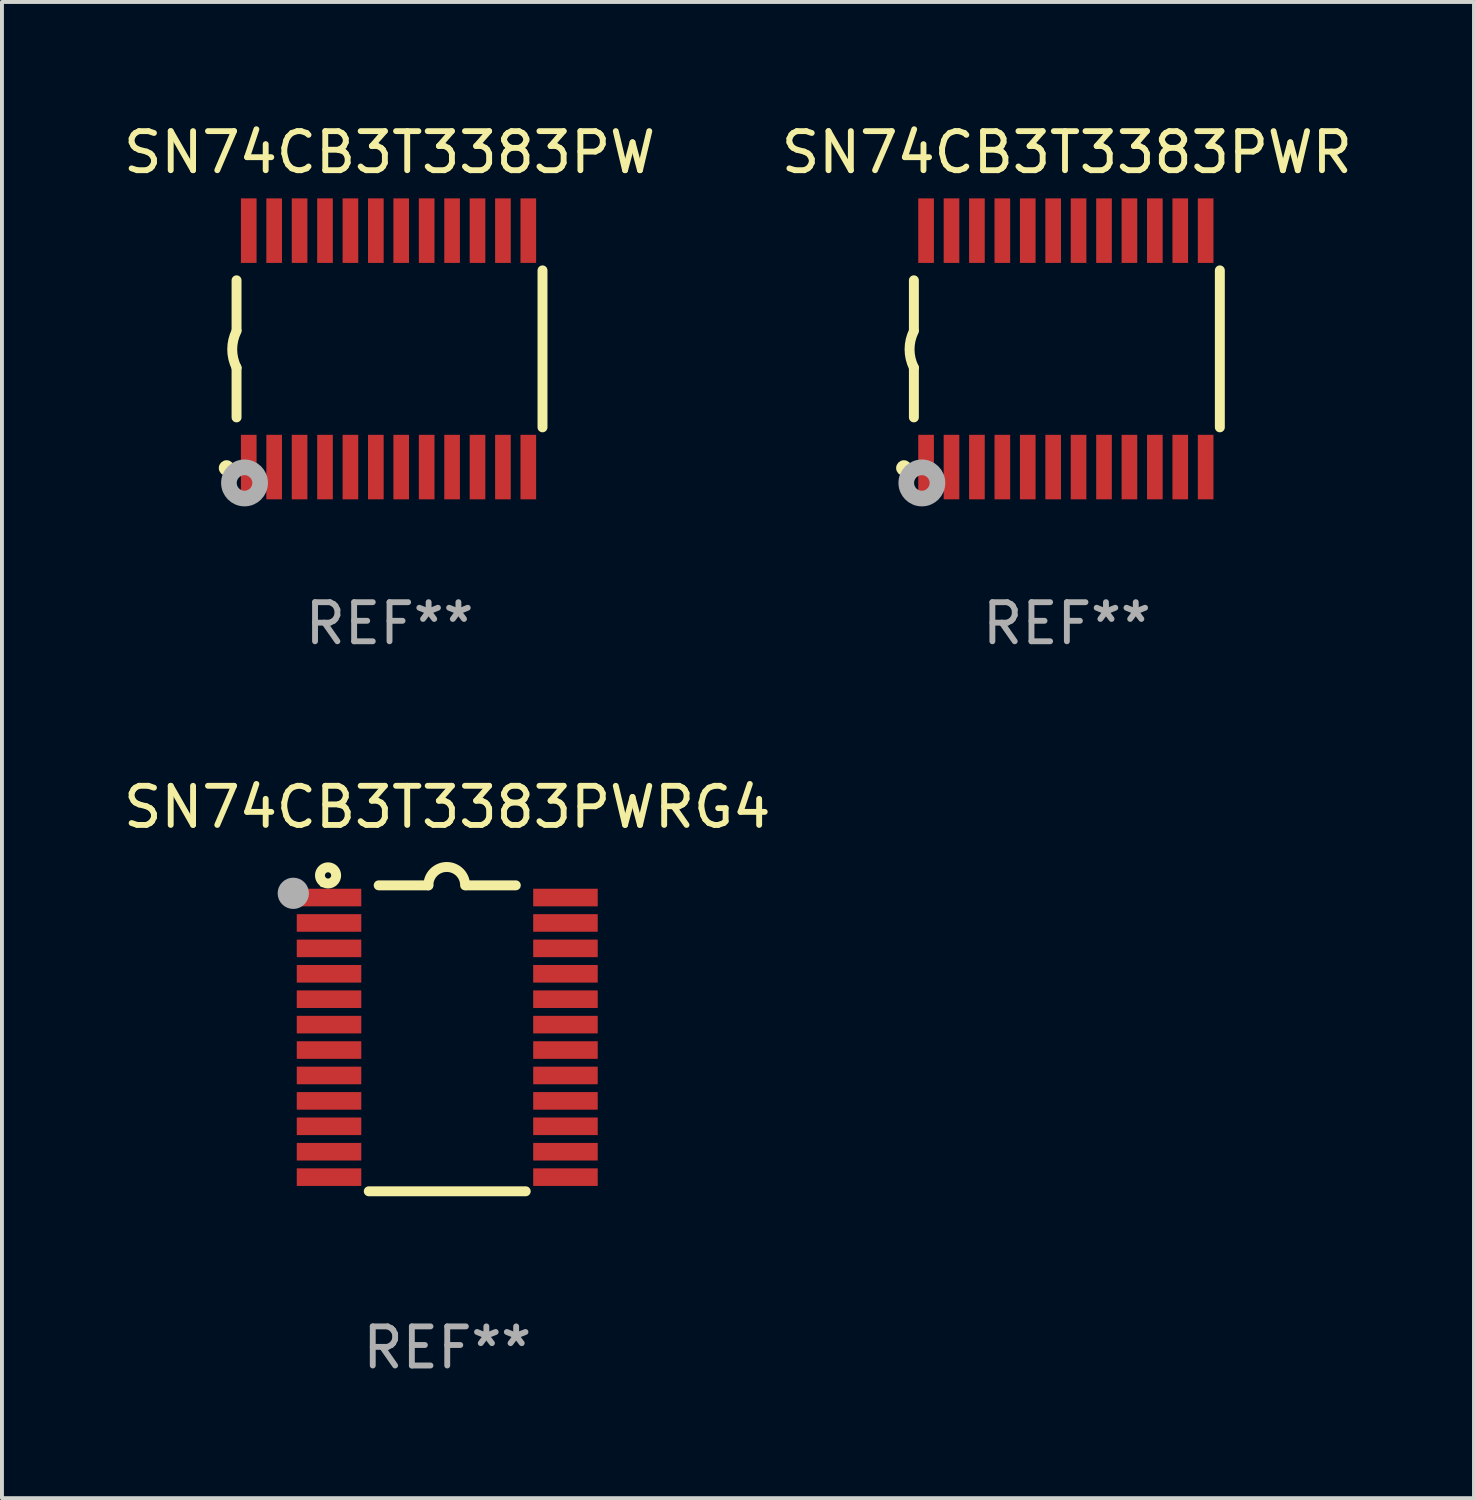
<source format=kicad_pcb>
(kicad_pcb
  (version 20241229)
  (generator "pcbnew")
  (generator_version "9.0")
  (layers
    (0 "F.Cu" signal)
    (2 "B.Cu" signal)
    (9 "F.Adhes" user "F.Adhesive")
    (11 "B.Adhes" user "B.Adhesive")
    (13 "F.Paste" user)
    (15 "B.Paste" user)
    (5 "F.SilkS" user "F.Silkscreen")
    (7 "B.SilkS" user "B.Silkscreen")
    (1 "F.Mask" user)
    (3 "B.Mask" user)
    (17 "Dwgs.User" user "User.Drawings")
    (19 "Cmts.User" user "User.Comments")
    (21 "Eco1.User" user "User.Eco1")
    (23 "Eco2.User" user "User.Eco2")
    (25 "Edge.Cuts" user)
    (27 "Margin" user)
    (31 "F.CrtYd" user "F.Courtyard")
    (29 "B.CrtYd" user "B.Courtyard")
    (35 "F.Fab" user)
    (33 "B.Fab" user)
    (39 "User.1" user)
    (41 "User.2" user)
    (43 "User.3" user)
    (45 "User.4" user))
  (footprint "SN74CB3T3383PWRG4"
    (layer "F.Cu")
    (at 8.387 23.502)
    (property "Reference" "SN74CB3T3383PWRG4" (at 0 -5.912 0) (layer "F.SilkS") (effects (font (size 1 1) (thickness 0.15))))
    (attr through_hole)
    (fp_line (start -1.753 -3.912) (end -0.483 -3.912) (stroke (width 0.254) (type solid)) (layer "F.SilkS"))
    (fp_line (start 0.483 -3.912) (end 1.753 -3.912) (stroke (width 0.254) (type solid)) (layer "F.SilkS"))
    (fp_line (start 2.007 3.912) (end -2.007 3.912) (stroke (width 0.254) (type solid)) (layer "F.SilkS"))
    (fp_arc (start -0.482626 -3.911608) (mid -0.012725 -4.381509) (end 0.457176 -3.911608) (stroke (width 0.254001) (type solid)) (layer "F.SilkS"))
    (fp_circle (center -3.2 -3.925) (end -3.17 -3.925) (stroke (width 0.06) (type solid)) (fill no) (layer "F.SilkS"))
    (fp_circle (center -3.048 -4.166) (end -2.968 -4.166) (stroke (width 0.254) (type solid)) (fill no) (layer "F.SilkS"))
    (fp_circle (center -3.937 -3.708) (end -3.737 -3.708) (stroke (width 0.4) (type solid)) (fill no) (layer "F.Fab"))
    (fp_text user "REF**" (at 0 7.912 0) (layer "F.Fab") (effects (font (size 1 1) (thickness 0.15))))
    (pad "1" smd rect (at -3.023 -3.6) (size 1.65 0.45) (layers "F.Cu" "F.Mask" "F.Paste"))
    (pad "2" smd rect (at -3.023 -2.95) (size 1.65 0.45) (layers "F.Cu" "F.Mask" "F.Paste"))
    (pad "3" smd rect (at -3.023 -2.3) (size 1.65 0.45) (layers "F.Cu" "F.Mask" "F.Paste"))
    (pad "4" smd rect (at -3.023 -1.65) (size 1.65 0.45) (layers "F.Cu" "F.Mask" "F.Paste"))
    (pad "5" smd rect (at -3.023 -1) (size 1.65 0.45) (layers "F.Cu" "F.Mask" "F.Paste"))
    (pad "6" smd rect (at -3.023 -0.35) (size 1.65 0.45) (layers "F.Cu" "F.Mask" "F.Paste"))
    (pad "7" smd rect (at -3.023 0.3) (size 1.65 0.45) (layers "F.Cu" "F.Mask" "F.Paste"))
    (pad "8" smd rect (at -3.023 0.95) (size 1.65 0.45) (layers "F.Cu" "F.Mask" "F.Paste"))
    (pad "9" smd rect (at -3.023 1.6) (size 1.65 0.45) (layers "F.Cu" "F.Mask" "F.Paste"))
    (pad "10" smd rect (at -3.023 2.25) (size 1.65 0.45) (layers "F.Cu" "F.Mask" "F.Paste"))
    (pad "11" smd rect (at -3.023 2.9) (size 1.65 0.45) (layers "F.Cu" "F.Mask" "F.Paste"))
    (pad "12" smd rect (at -3.023 3.55) (size 1.65 0.45) (layers "F.Cu" "F.Mask" "F.Paste"))
    (pad "13" smd rect (at 3.023 3.55) (size 1.65 0.45) (layers "F.Cu" "F.Mask" "F.Paste"))
    (pad "14" smd rect (at 3.023 2.9) (size 1.65 0.45) (layers "F.Cu" "F.Mask" "F.Paste"))
    (pad "15" smd rect (at 3.023 2.25) (size 1.65 0.45) (layers "F.Cu" "F.Mask" "F.Paste"))
    (pad "16" smd rect (at 3.023 1.6) (size 1.65 0.45) (layers "F.Cu" "F.Mask" "F.Paste"))
    (pad "17" smd rect (at 3.023 0.95) (size 1.65 0.45) (layers "F.Cu" "F.Mask" "F.Paste"))
    (pad "18" smd rect (at 3.023 0.3) (size 1.65 0.45) (layers "F.Cu" "F.Mask" "F.Paste"))
    (pad "19" smd rect (at 3.023 -0.35) (size 1.65 0.45) (layers "F.Cu" "F.Mask" "F.Paste"))
    (pad "20" smd rect (at 3.023 -1) (size 1.65 0.45) (layers "F.Cu" "F.Mask" "F.Paste"))
    (pad "21" smd rect (at 3.023 -1.65) (size 1.65 0.45) (layers "F.Cu" "F.Mask" "F.Paste"))
    (pad "22" smd rect (at 3.023 -2.3) (size 1.65 0.45) (layers "F.Cu" "F.Mask" "F.Paste"))
    (pad "23" smd rect (at 3.023 -2.95) (size 1.65 0.45) (layers "F.Cu" "F.Mask" "F.Paste"))
    (pad "24" smd rect (at 3.023 -3.6) (size 1.65 0.45) (layers "F.Cu" "F.Mask" "F.Paste")))
  (footprint "SN74CB3T3383PWR"
    (layer "F.Cu")
    (at 24.232 5.871)
    (property "Reference" "SN74CB3T3383PWR" (at 0 -5.023 0) (layer "F.SilkS") (effects (font (size 1 1) (thickness 0.15))))
    (attr through_hole)
    (fp_line (start -3.912 -0.483) (end -3.912 -1.753) (stroke (width 0.254) (type solid)) (layer "F.SilkS"))
    (fp_line (start -3.912 1.753) (end -3.912 0.483) (stroke (width 0.254) (type solid)) (layer "F.SilkS"))
    (fp_line (start 3.912 -2.007) (end 3.912 2.007) (stroke (width 0.254) (type solid)) (layer "F.SilkS"))
    (fp_arc (start -3.911608 0.482601) (mid -4.022537 0.0127) (end -3.911608 -0.457201) (stroke (width 0.254001) (type solid)) (layer "F.SilkS"))
    (fp_circle (center -4.166 3.048) (end -4.066 3.048) (stroke (width 0.2) (type solid)) (fill no) (layer "F.SilkS"))
    (fp_circle (center -3.925 3.186) (end -3.895 3.186) (stroke (width 0.06) (type solid)) (fill no) (layer "F.SilkS"))
    (fp_circle (center -3.708 3.429) (end -3.509 3.429) (stroke (width 0.4) (type solid)) (fill no) (layer "F.Fab"))
    (fp_text user "REF**" (at 0 7.023 0) (layer "F.Fab") (effects (font (size 1 1) (thickness 0.15))))
    (pad "1" smd rect (at -3.6 3.023) (size 0.4 1.65) (layers "F.Cu" "F.Mask" "F.Paste"))
    (pad "2" smd rect (at -2.95 3.023) (size 0.4 1.65) (layers "F.Cu" "F.Mask" "F.Paste"))
    (pad "3" smd rect (at -2.3 3.023) (size 0.4 1.65) (layers "F.Cu" "F.Mask" "F.Paste"))
    (pad "4" smd rect (at -1.65 3.023) (size 0.4 1.65) (layers "F.Cu" "F.Mask" "F.Paste"))
    (pad "5" smd rect (at -1 3.023) (size 0.4 1.65) (layers "F.Cu" "F.Mask" "F.Paste"))
    (pad "6" smd rect (at -0.35 3.023) (size 0.4 1.65) (layers "F.Cu" "F.Mask" "F.Paste"))
    (pad "7" smd rect (at 0.299 3.023) (size 0.4 1.65) (layers "F.Cu" "F.Mask" "F.Paste"))
    (pad "8" smd rect (at 0.95 3.023) (size 0.4 1.65) (layers "F.Cu" "F.Mask" "F.Paste"))
    (pad "9" smd rect (at 1.6 3.023) (size 0.4 1.65) (layers "F.Cu" "F.Mask" "F.Paste"))
    (pad "10" smd rect (at 2.25 3.023) (size 0.4 1.65) (layers "F.Cu" "F.Mask" "F.Paste"))
    (pad "11" smd rect (at 2.9 3.023) (size 0.4 1.65) (layers "F.Cu" "F.Mask" "F.Paste"))
    (pad "12" smd rect (at 3.549 3.023) (size 0.4 1.65) (layers "F.Cu" "F.Mask" "F.Paste"))
    (pad "13" smd rect (at 3.549 -3.023) (size 0.4 1.65) (layers "F.Cu" "F.Mask" "F.Paste"))
    (pad "14" smd rect (at 2.9 -3.023) (size 0.4 1.65) (layers "F.Cu" "F.Mask" "F.Paste"))
    (pad "15" smd rect (at 2.25 -3.023) (size 0.4 1.65) (layers "F.Cu" "F.Mask" "F.Paste"))
    (pad "16" smd rect (at 1.6 -3.023) (size 0.4 1.65) (layers "F.Cu" "F.Mask" "F.Paste"))
    (pad "17" smd rect (at 0.95 -3.023) (size 0.4 1.65) (layers "F.Cu" "F.Mask" "F.Paste"))
    (pad "18" smd rect (at 0.299 -3.023) (size 0.4 1.65) (layers "F.Cu" "F.Mask" "F.Paste"))
    (pad "19" smd rect (at -0.35 -3.023) (size 0.4 1.65) (layers "F.Cu" "F.Mask" "F.Paste"))
    (pad "20" smd rect (at -1 -3.023) (size 0.4 1.65) (layers "F.Cu" "F.Mask" "F.Paste"))
    (pad "21" smd rect (at -1.65 -3.023) (size 0.4 1.65) (layers "F.Cu" "F.Mask" "F.Paste"))
    (pad "22" smd rect (at -2.3 -3.023) (size 0.4 1.65) (layers "F.Cu" "F.Mask" "F.Paste"))
    (pad "23" smd rect (at -2.95 -3.023) (size 0.4 1.65) (layers "F.Cu" "F.Mask" "F.Paste"))
    (pad "24" smd rect (at -3.6 -3.023) (size 0.4 1.65) (layers "F.Cu" "F.Mask" "F.Paste")))
  (footprint "SN74CB3T3383PW"
    (layer "F.Cu")
    (at 6.911 5.871)
    (property "Reference" "SN74CB3T3383PW" (at 0 -5.023 0) (layer "F.SilkS") (effects (font (size 1 1) (thickness 0.15))))
    (attr through_hole)
    (fp_line (start -3.912 -0.483) (end -3.912 -1.753) (stroke (width 0.254) (type solid)) (layer "F.SilkS"))
    (fp_line (start -3.912 1.753) (end -3.912 0.483) (stroke (width 0.254) (type solid)) (layer "F.SilkS"))
    (fp_line (start 3.912 -2.007) (end 3.912 2.007) (stroke (width 0.254) (type solid)) (layer "F.SilkS"))
    (fp_arc (start -3.911608 0.482601) (mid -4.022537 0.0127) (end -3.911608 -0.457201) (stroke (width 0.254001) (type solid)) (layer "F.SilkS"))
    (fp_circle (center -4.166 3.048) (end -4.066 3.048) (stroke (width 0.2) (type solid)) (fill no) (layer "F.SilkS"))
    (fp_circle (center -3.925 3.186) (end -3.895 3.186) (stroke (width 0.06) (type solid)) (fill no) (layer "F.SilkS"))
    (fp_circle (center -3.708 3.429) (end -3.509 3.429) (stroke (width 0.4) (type solid)) (fill no) (layer "F.Fab"))
    (fp_text user "REF**" (at 0 7.023 0) (layer "F.Fab") (effects (font (size 1 1) (thickness 0.15))))
    (pad "1" smd rect (at -3.6 3.023) (size 0.4 1.65) (layers "F.Cu" "F.Mask" "F.Paste"))
    (pad "2" smd rect (at -2.95 3.023) (size 0.4 1.65) (layers "F.Cu" "F.Mask" "F.Paste"))
    (pad "3" smd rect (at -2.3 3.023) (size 0.4 1.65) (layers "F.Cu" "F.Mask" "F.Paste"))
    (pad "4" smd rect (at -1.65 3.023) (size 0.4 1.65) (layers "F.Cu" "F.Mask" "F.Paste"))
    (pad "5" smd rect (at -1 3.023) (size 0.4 1.65) (layers "F.Cu" "F.Mask" "F.Paste"))
    (pad "6" smd rect (at -0.35 3.023) (size 0.4 1.65) (layers "F.Cu" "F.Mask" "F.Paste"))
    (pad "7" smd rect (at 0.299 3.023) (size 0.4 1.65) (layers "F.Cu" "F.Mask" "F.Paste"))
    (pad "8" smd rect (at 0.95 3.023) (size 0.4 1.65) (layers "F.Cu" "F.Mask" "F.Paste"))
    (pad "9" smd rect (at 1.6 3.023) (size 0.4 1.65) (layers "F.Cu" "F.Mask" "F.Paste"))
    (pad "10" smd rect (at 2.25 3.023) (size 0.4 1.65) (layers "F.Cu" "F.Mask" "F.Paste"))
    (pad "11" smd rect (at 2.9 3.023) (size 0.4 1.65) (layers "F.Cu" "F.Mask" "F.Paste"))
    (pad "12" smd rect (at 3.549 3.023) (size 0.4 1.65) (layers "F.Cu" "F.Mask" "F.Paste"))
    (pad "13" smd rect (at 3.549 -3.023) (size 0.4 1.65) (layers "F.Cu" "F.Mask" "F.Paste"))
    (pad "14" smd rect (at 2.9 -3.023) (size 0.4 1.65) (layers "F.Cu" "F.Mask" "F.Paste"))
    (pad "15" smd rect (at 2.25 -3.023) (size 0.4 1.65) (layers "F.Cu" "F.Mask" "F.Paste"))
    (pad "16" smd rect (at 1.6 -3.023) (size 0.4 1.65) (layers "F.Cu" "F.Mask" "F.Paste"))
    (pad "17" smd rect (at 0.95 -3.023) (size 0.4 1.65) (layers "F.Cu" "F.Mask" "F.Paste"))
    (pad "18" smd rect (at 0.299 -3.023) (size 0.4 1.65) (layers "F.Cu" "F.Mask" "F.Paste"))
    (pad "19" smd rect (at -0.35 -3.023) (size 0.4 1.65) (layers "F.Cu" "F.Mask" "F.Paste"))
    (pad "20" smd rect (at -1 -3.023) (size 0.4 1.65) (layers "F.Cu" "F.Mask" "F.Paste"))
    (pad "21" smd rect (at -1.65 -3.023) (size 0.4 1.65) (layers "F.Cu" "F.Mask" "F.Paste"))
    (pad "22" smd rect (at -2.3 -3.023) (size 0.4 1.65) (layers "F.Cu" "F.Mask" "F.Paste"))
    (pad "23" smd rect (at -2.95 -3.023) (size 0.4 1.65) (layers "F.Cu" "F.Mask" "F.Paste"))
    (pad "24" smd rect (at -3.6 -3.023) (size 0.4 1.65) (layers "F.Cu" "F.Mask" "F.Paste")))
  (gr_rect
    (start -3 -3)
    (end 34.643 35.261)
    (stroke (width 0.1) (type default))
    (fill no)
    (layer "Edge.Cuts")))
</source>
